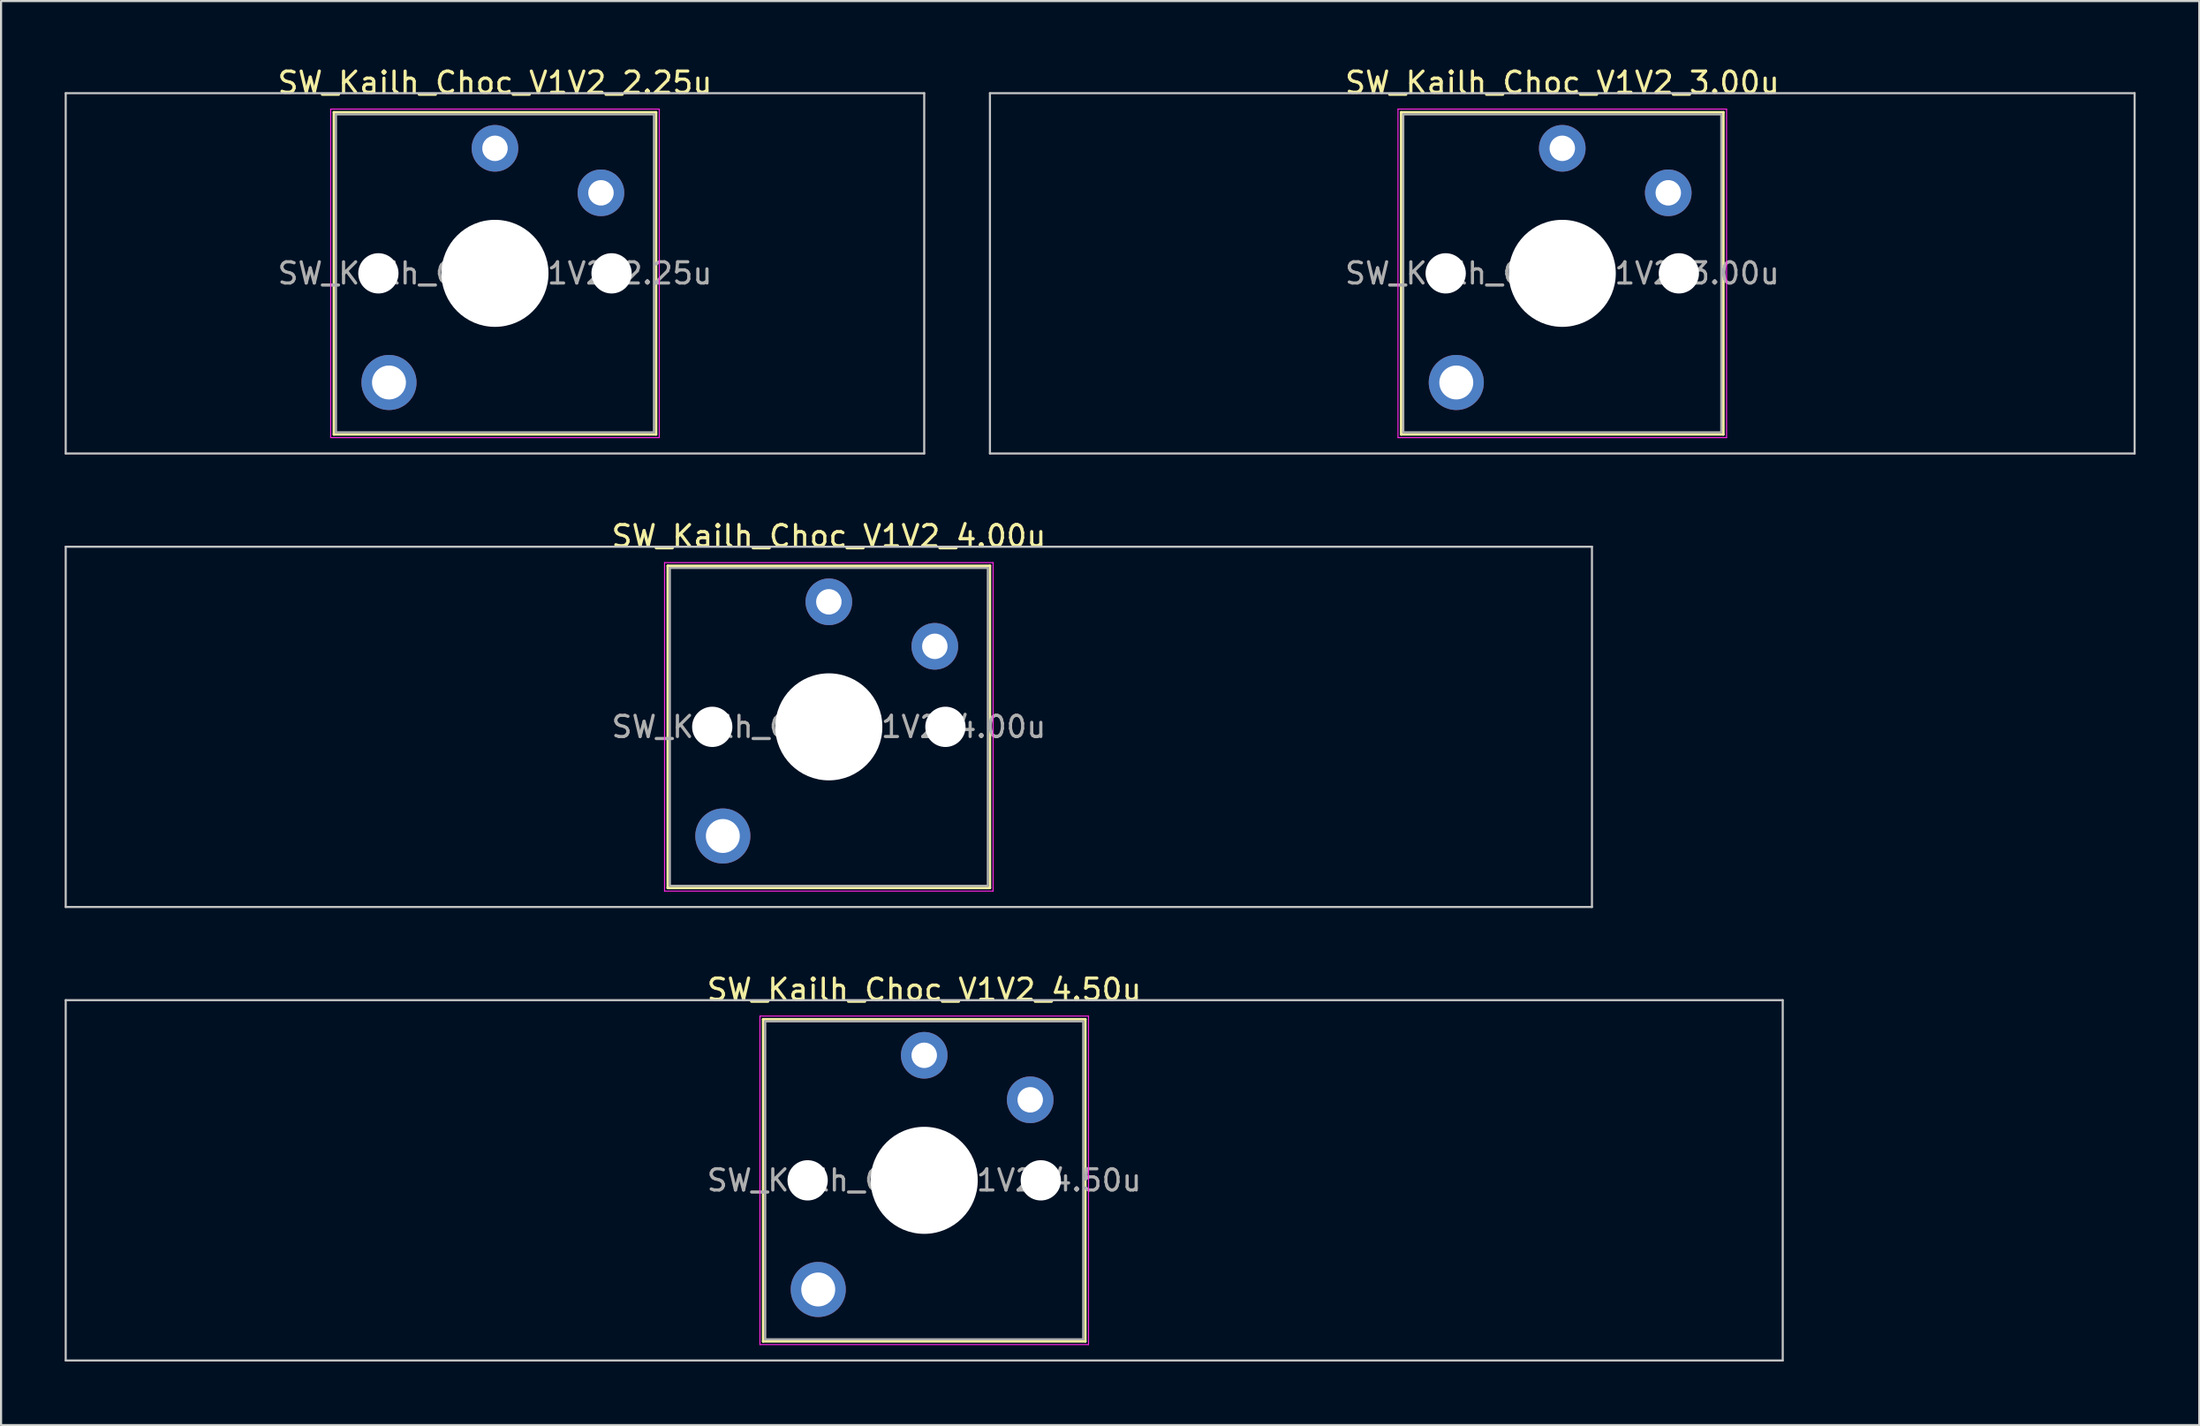
<source format=kicad_pcb>
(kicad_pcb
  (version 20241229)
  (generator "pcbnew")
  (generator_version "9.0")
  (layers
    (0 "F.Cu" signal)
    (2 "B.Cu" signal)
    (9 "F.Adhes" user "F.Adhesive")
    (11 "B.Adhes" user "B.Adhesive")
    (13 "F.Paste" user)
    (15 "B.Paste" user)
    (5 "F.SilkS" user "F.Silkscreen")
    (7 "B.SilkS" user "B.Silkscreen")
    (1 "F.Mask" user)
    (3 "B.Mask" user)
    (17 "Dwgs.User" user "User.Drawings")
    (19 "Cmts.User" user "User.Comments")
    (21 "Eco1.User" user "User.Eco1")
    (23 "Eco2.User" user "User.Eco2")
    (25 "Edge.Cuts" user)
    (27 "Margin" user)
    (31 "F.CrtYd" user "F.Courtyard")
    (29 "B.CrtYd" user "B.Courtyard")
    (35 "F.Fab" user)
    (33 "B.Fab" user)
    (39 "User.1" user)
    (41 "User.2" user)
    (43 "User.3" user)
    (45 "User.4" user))
  (footprint "SW_Kailh_Choc_V1V2_2.25u"
    (layer "F.Cu")
    (at 20.3 9.848)
    (property "Reference" "SW_Kailh_Choc_V1V2_2.25u" (at 0 -9 0) (layer "F.SilkS") (effects (font (size 1 1) (thickness 0.15))))
    (attr through_hole)
    (fp_line (start -7.6 -7.6) (end -7.6 7.6) (stroke (width 0.12) (type solid)) (layer "F.SilkS"))
    (fp_line (start -7.6 7.6) (end 7.6 7.6) (stroke (width 0.12) (type solid)) (layer "F.SilkS"))
    (fp_line (start 7.6 -7.6) (end -7.6 -7.6) (stroke (width 0.12) (type solid)) (layer "F.SilkS"))
    (fp_line (start 7.6 7.6) (end 7.6 -7.6) (stroke (width 0.12) (type solid)) (layer "F.SilkS"))
    (fp_line (start -20.25 -8.5) (end -20.25 8.5) (stroke (width 0.1) (type solid)) (layer "Dwgs.User"))
    (fp_line (start -20.25 8.5) (end 20.25 8.5) (stroke (width 0.1) (type solid)) (layer "Dwgs.User"))
    (fp_line (start 20.25 -8.5) (end -20.25 -8.5) (stroke (width 0.1) (type solid)) (layer "Dwgs.User"))
    (fp_line (start 20.25 8.5) (end 20.25 -8.5) (stroke (width 0.1) (type solid)) (layer "Dwgs.User"))
    (fp_line (start -7.25 -7.25) (end -7.25 7.25) (stroke (width 0.1) (type solid)) (layer "Eco1.User"))
    (fp_line (start -7.25 7.25) (end 7.25 7.25) (stroke (width 0.1) (type solid)) (layer "Eco1.User"))
    (fp_line (start 7.25 -7.25) (end -7.25 -7.25) (stroke (width 0.1) (type solid)) (layer "Eco1.User"))
    (fp_line (start 7.25 7.25) (end 7.25 -7.25) (stroke (width 0.1) (type solid)) (layer "Eco1.User"))
    (fp_line (start -7.75 -7.75) (end -7.75 7.75) (stroke (width 0.05) (type solid)) (layer "F.CrtYd"))
    (fp_line (start -7.75 7.75) (end 7.75 7.75) (stroke (width 0.05) (type solid)) (layer "F.CrtYd"))
    (fp_line (start 7.75 -7.75) (end -7.75 -7.75) (stroke (width 0.05) (type solid)) (layer "F.CrtYd"))
    (fp_line (start 7.75 7.75) (end 7.75 -7.75) (stroke (width 0.05) (type solid)) (layer "F.CrtYd"))
    (fp_line (start -7.5 -7.5) (end -7.5 7.5) (stroke (width 0.1) (type solid)) (layer "F.Fab"))
    (fp_line (start -7.5 7.5) (end 7.5 7.5) (stroke (width 0.1) (type solid)) (layer "F.Fab"))
    (fp_line (start 7.5 -7.5) (end -7.5 -7.5) (stroke (width 0.1) (type solid)) (layer "F.Fab"))
    (fp_line (start 7.5 7.5) (end 7.5 -7.5) (stroke (width 0.1) (type solid)) (layer "F.Fab"))
    (fp_text user "${REFERENCE}" (at 0 0 0) (layer "F.Fab") (effects (font (size 1 1) (thickness 0.15))))
    (pad "" np_thru_hole circle (at -5.5 0) (size 1.9 1.9) (drill 1.9) (layers "*.Cu" "*.Mask"))
    (pad "" smd circle (at -5 5.15) (size 1.65 1.65) (layers "F.Mask"))
    (pad "" thru_hole circle (at -5 5.15) (size 2.6 2.6) (drill 1.6) (layers "*.Cu" "B.Mask"))
    (pad "" smd circle (at 0 -5.9) (size 1.25 1.25) (layers "F.Mask"))
    (pad "" np_thru_hole circle (at 0 0) (size 5.05 5.05) (drill 5.05) (layers "*.Cu" "*.Mask"))
    (pad "" smd circle (at 5 -3.8) (size 1.25 1.25) (layers "F.Mask"))
    (pad "" np_thru_hole circle (at 5.5 0) (size 1.9 1.9) (drill 1.9) (layers "*.Cu" "*.Mask"))
    (pad "1" thru_hole circle (at 0 -5.9) (size 2.2 2.2) (drill 1.2) (layers "*.Cu" "B.Mask"))
    (pad "2" thru_hole circle (at 5 -3.8) (size 2.2 2.2) (drill 1.2) (layers "*.Cu" "B.Mask")))
  (footprint "SW_Kailh_Choc_V1V2_3.00u"
    (layer "F.Cu")
    (at 70.65 9.848)
    (property "Reference" "SW_Kailh_Choc_V1V2_3.00u" (at 0 -9 0) (layer "F.SilkS") (effects (font (size 1 1) (thickness 0.15))))
    (attr through_hole)
    (fp_line (start -7.6 -7.6) (end -7.6 7.6) (stroke (width 0.12) (type solid)) (layer "F.SilkS"))
    (fp_line (start -7.6 7.6) (end 7.6 7.6) (stroke (width 0.12) (type solid)) (layer "F.SilkS"))
    (fp_line (start 7.6 -7.6) (end -7.6 -7.6) (stroke (width 0.12) (type solid)) (layer "F.SilkS"))
    (fp_line (start 7.6 7.6) (end 7.6 -7.6) (stroke (width 0.12) (type solid)) (layer "F.SilkS"))
    (fp_line (start -27 -8.5) (end -27 8.5) (stroke (width 0.1) (type solid)) (layer "Dwgs.User"))
    (fp_line (start -27 8.5) (end 27 8.5) (stroke (width 0.1) (type solid)) (layer "Dwgs.User"))
    (fp_line (start 27 -8.5) (end -27 -8.5) (stroke (width 0.1) (type solid)) (layer "Dwgs.User"))
    (fp_line (start 27 8.5) (end 27 -8.5) (stroke (width 0.1) (type solid)) (layer "Dwgs.User"))
    (fp_line (start -7.25 -7.25) (end -7.25 7.25) (stroke (width 0.1) (type solid)) (layer "Eco1.User"))
    (fp_line (start -7.25 7.25) (end 7.25 7.25) (stroke (width 0.1) (type solid)) (layer "Eco1.User"))
    (fp_line (start 7.25 -7.25) (end -7.25 -7.25) (stroke (width 0.1) (type solid)) (layer "Eco1.User"))
    (fp_line (start 7.25 7.25) (end 7.25 -7.25) (stroke (width 0.1) (type solid)) (layer "Eco1.User"))
    (fp_line (start -7.75 -7.75) (end -7.75 7.75) (stroke (width 0.05) (type solid)) (layer "F.CrtYd"))
    (fp_line (start -7.75 7.75) (end 7.75 7.75) (stroke (width 0.05) (type solid)) (layer "F.CrtYd"))
    (fp_line (start 7.75 -7.75) (end -7.75 -7.75) (stroke (width 0.05) (type solid)) (layer "F.CrtYd"))
    (fp_line (start 7.75 7.75) (end 7.75 -7.75) (stroke (width 0.05) (type solid)) (layer "F.CrtYd"))
    (fp_line (start -7.5 -7.5) (end -7.5 7.5) (stroke (width 0.1) (type solid)) (layer "F.Fab"))
    (fp_line (start -7.5 7.5) (end 7.5 7.5) (stroke (width 0.1) (type solid)) (layer "F.Fab"))
    (fp_line (start 7.5 -7.5) (end -7.5 -7.5) (stroke (width 0.1) (type solid)) (layer "F.Fab"))
    (fp_line (start 7.5 7.5) (end 7.5 -7.5) (stroke (width 0.1) (type solid)) (layer "F.Fab"))
    (fp_text user "${REFERENCE}" (at 0 0 0) (layer "F.Fab") (effects (font (size 1 1) (thickness 0.15))))
    (pad "" np_thru_hole circle (at -5.5 0) (size 1.9 1.9) (drill 1.9) (layers "*.Cu" "*.Mask"))
    (pad "" smd circle (at -5 5.15) (size 1.65 1.65) (layers "F.Mask"))
    (pad "" thru_hole circle (at -5 5.15) (size 2.6 2.6) (drill 1.6) (layers "*.Cu" "B.Mask"))
    (pad "" smd circle (at 0 -5.9) (size 1.25 1.25) (layers "F.Mask"))
    (pad "" np_thru_hole circle (at 0 0) (size 5.05 5.05) (drill 5.05) (layers "*.Cu" "*.Mask"))
    (pad "" smd circle (at 5 -3.8) (size 1.25 1.25) (layers "F.Mask"))
    (pad "" np_thru_hole circle (at 5.5 0) (size 1.9 1.9) (drill 1.9) (layers "*.Cu" "*.Mask"))
    (pad "1" thru_hole circle (at 0 -5.9) (size 2.2 2.2) (drill 1.2) (layers "*.Cu" "B.Mask"))
    (pad "2" thru_hole circle (at 5 -3.8) (size 2.2 2.2) (drill 1.2) (layers "*.Cu" "B.Mask")))
  (footprint "SW_Kailh_Choc_V1V2_4.50u"
    (layer "F.Cu")
    (at 40.55 52.645)
    (property "Reference" "SW_Kailh_Choc_V1V2_4.50u" (at 0 -9 0) (layer "F.SilkS") (effects (font (size 1 1) (thickness 0.15))))
    (attr through_hole)
    (fp_line (start -7.6 -7.6) (end -7.6 7.6) (stroke (width 0.12) (type solid)) (layer "F.SilkS"))
    (fp_line (start -7.6 7.6) (end 7.6 7.6) (stroke (width 0.12) (type solid)) (layer "F.SilkS"))
    (fp_line (start 7.6 -7.6) (end -7.6 -7.6) (stroke (width 0.12) (type solid)) (layer "F.SilkS"))
    (fp_line (start 7.6 7.6) (end 7.6 -7.6) (stroke (width 0.12) (type solid)) (layer "F.SilkS"))
    (fp_line (start -40.5 -8.5) (end -40.5 8.5) (stroke (width 0.1) (type solid)) (layer "Dwgs.User"))
    (fp_line (start -40.5 8.5) (end 40.5 8.5) (stroke (width 0.1) (type solid)) (layer "Dwgs.User"))
    (fp_line (start 40.5 -8.5) (end -40.5 -8.5) (stroke (width 0.1) (type solid)) (layer "Dwgs.User"))
    (fp_line (start 40.5 8.5) (end 40.5 -8.5) (stroke (width 0.1) (type solid)) (layer "Dwgs.User"))
    (fp_line (start -7.25 -7.25) (end -7.25 7.25) (stroke (width 0.1) (type solid)) (layer "Eco1.User"))
    (fp_line (start -7.25 7.25) (end 7.25 7.25) (stroke (width 0.1) (type solid)) (layer "Eco1.User"))
    (fp_line (start 7.25 -7.25) (end -7.25 -7.25) (stroke (width 0.1) (type solid)) (layer "Eco1.User"))
    (fp_line (start 7.25 7.25) (end 7.25 -7.25) (stroke (width 0.1) (type solid)) (layer "Eco1.User"))
    (fp_line (start -7.75 -7.75) (end -7.75 7.75) (stroke (width 0.05) (type solid)) (layer "F.CrtYd"))
    (fp_line (start -7.75 7.75) (end 7.75 7.75) (stroke (width 0.05) (type solid)) (layer "F.CrtYd"))
    (fp_line (start 7.75 -7.75) (end -7.75 -7.75) (stroke (width 0.05) (type solid)) (layer "F.CrtYd"))
    (fp_line (start 7.75 7.75) (end 7.75 -7.75) (stroke (width 0.05) (type solid)) (layer "F.CrtYd"))
    (fp_line (start -7.5 -7.5) (end -7.5 7.5) (stroke (width 0.1) (type solid)) (layer "F.Fab"))
    (fp_line (start -7.5 7.5) (end 7.5 7.5) (stroke (width 0.1) (type solid)) (layer "F.Fab"))
    (fp_line (start 7.5 -7.5) (end -7.5 -7.5) (stroke (width 0.1) (type solid)) (layer "F.Fab"))
    (fp_line (start 7.5 7.5) (end 7.5 -7.5) (stroke (width 0.1) (type solid)) (layer "F.Fab"))
    (fp_text user "${REFERENCE}" (at 0 0 0) (layer "F.Fab") (effects (font (size 1 1) (thickness 0.15))))
    (pad "" np_thru_hole circle (at -5.5 0) (size 1.9 1.9) (drill 1.9) (layers "*.Cu" "*.Mask"))
    (pad "" smd circle (at -5 5.15) (size 1.65 1.65) (layers "F.Mask"))
    (pad "" thru_hole circle (at -5 5.15) (size 2.6 2.6) (drill 1.6) (layers "*.Cu" "B.Mask"))
    (pad "" smd circle (at 0 -5.9) (size 1.25 1.25) (layers "F.Mask"))
    (pad "" np_thru_hole circle (at 0 0) (size 5.05 5.05) (drill 5.05) (layers "*.Cu" "*.Mask"))
    (pad "" smd circle (at 5 -3.8) (size 1.25 1.25) (layers "F.Mask"))
    (pad "" np_thru_hole circle (at 5.5 0) (size 1.9 1.9) (drill 1.9) (layers "*.Cu" "*.Mask"))
    (pad "1" thru_hole circle (at 0 -5.9) (size 2.2 2.2) (drill 1.2) (layers "*.Cu" "B.Mask"))
    (pad "2" thru_hole circle (at 5 -3.8) (size 2.2 2.2) (drill 1.2) (layers "*.Cu" "B.Mask")))
  (footprint "SW_Kailh_Choc_V1V2_4.00u"
    (layer "F.Cu")
    (at 36.05 31.247)
    (property "Reference" "SW_Kailh_Choc_V1V2_4.00u" (at 0 -9 0) (layer "F.SilkS") (effects (font (size 1 1) (thickness 0.15))))
    (attr through_hole)
    (fp_line (start -7.6 -7.6) (end -7.6 7.6) (stroke (width 0.12) (type solid)) (layer "F.SilkS"))
    (fp_line (start -7.6 7.6) (end 7.6 7.6) (stroke (width 0.12) (type solid)) (layer "F.SilkS"))
    (fp_line (start 7.6 -7.6) (end -7.6 -7.6) (stroke (width 0.12) (type solid)) (layer "F.SilkS"))
    (fp_line (start 7.6 7.6) (end 7.6 -7.6) (stroke (width 0.12) (type solid)) (layer "F.SilkS"))
    (fp_line (start -36 -8.5) (end -36 8.5) (stroke (width 0.1) (type solid)) (layer "Dwgs.User"))
    (fp_line (start -36 8.5) (end 36 8.5) (stroke (width 0.1) (type solid)) (layer "Dwgs.User"))
    (fp_line (start 36 -8.5) (end -36 -8.5) (stroke (width 0.1) (type solid)) (layer "Dwgs.User"))
    (fp_line (start 36 8.5) (end 36 -8.5) (stroke (width 0.1) (type solid)) (layer "Dwgs.User"))
    (fp_line (start -7.25 -7.25) (end -7.25 7.25) (stroke (width 0.1) (type solid)) (layer "Eco1.User"))
    (fp_line (start -7.25 7.25) (end 7.25 7.25) (stroke (width 0.1) (type solid)) (layer "Eco1.User"))
    (fp_line (start 7.25 -7.25) (end -7.25 -7.25) (stroke (width 0.1) (type solid)) (layer "Eco1.User"))
    (fp_line (start 7.25 7.25) (end 7.25 -7.25) (stroke (width 0.1) (type solid)) (layer "Eco1.User"))
    (fp_line (start -7.75 -7.75) (end -7.75 7.75) (stroke (width 0.05) (type solid)) (layer "F.CrtYd"))
    (fp_line (start -7.75 7.75) (end 7.75 7.75) (stroke (width 0.05) (type solid)) (layer "F.CrtYd"))
    (fp_line (start 7.75 -7.75) (end -7.75 -7.75) (stroke (width 0.05) (type solid)) (layer "F.CrtYd"))
    (fp_line (start 7.75 7.75) (end 7.75 -7.75) (stroke (width 0.05) (type solid)) (layer "F.CrtYd"))
    (fp_line (start -7.5 -7.5) (end -7.5 7.5) (stroke (width 0.1) (type solid)) (layer "F.Fab"))
    (fp_line (start -7.5 7.5) (end 7.5 7.5) (stroke (width 0.1) (type solid)) (layer "F.Fab"))
    (fp_line (start 7.5 -7.5) (end -7.5 -7.5) (stroke (width 0.1) (type solid)) (layer "F.Fab"))
    (fp_line (start 7.5 7.5) (end 7.5 -7.5) (stroke (width 0.1) (type solid)) (layer "F.Fab"))
    (fp_text user "${REFERENCE}" (at 0 0 0) (layer "F.Fab") (effects (font (size 1 1) (thickness 0.15))))
    (pad "" np_thru_hole circle (at -5.5 0) (size 1.9 1.9) (drill 1.9) (layers "*.Cu" "*.Mask"))
    (pad "" smd circle (at -5 5.15) (size 1.65 1.65) (layers "F.Mask"))
    (pad "" thru_hole circle (at -5 5.15) (size 2.6 2.6) (drill 1.6) (layers "*.Cu" "B.Mask"))
    (pad "" smd circle (at 0 -5.9) (size 1.25 1.25) (layers "F.Mask"))
    (pad "" np_thru_hole circle (at 0 0) (size 5.05 5.05) (drill 5.05) (layers "*.Cu" "*.Mask"))
    (pad "" smd circle (at 5 -3.8) (size 1.25 1.25) (layers "F.Mask"))
    (pad "" np_thru_hole circle (at 5.5 0) (size 1.9 1.9) (drill 1.9) (layers "*.Cu" "*.Mask"))
    (pad "1" thru_hole circle (at 0 -5.9) (size 2.2 2.2) (drill 1.2) (layers "*.Cu" "B.Mask"))
    (pad "2" thru_hole circle (at 5 -3.8) (size 2.2 2.2) (drill 1.2) (layers "*.Cu" "B.Mask")))
  (gr_rect
    (start -3 -3)
    (end 100.7 64.195)
    (stroke (width 0.1) (type default))
    (fill no)
    (layer "Edge.Cuts")))
</source>
